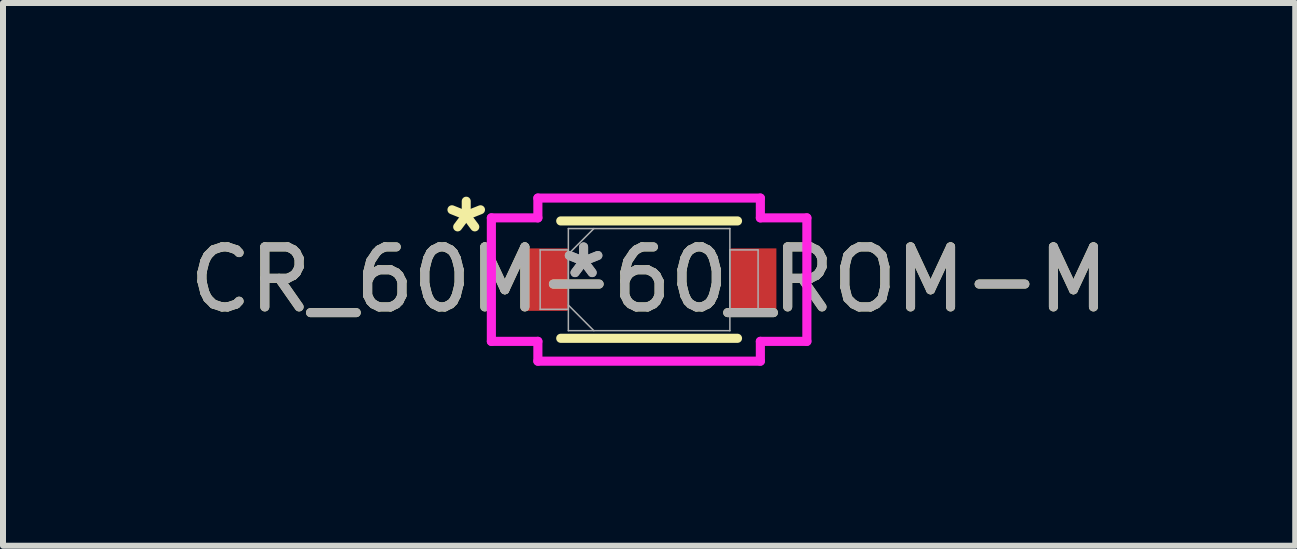
<source format=kicad_pcb>
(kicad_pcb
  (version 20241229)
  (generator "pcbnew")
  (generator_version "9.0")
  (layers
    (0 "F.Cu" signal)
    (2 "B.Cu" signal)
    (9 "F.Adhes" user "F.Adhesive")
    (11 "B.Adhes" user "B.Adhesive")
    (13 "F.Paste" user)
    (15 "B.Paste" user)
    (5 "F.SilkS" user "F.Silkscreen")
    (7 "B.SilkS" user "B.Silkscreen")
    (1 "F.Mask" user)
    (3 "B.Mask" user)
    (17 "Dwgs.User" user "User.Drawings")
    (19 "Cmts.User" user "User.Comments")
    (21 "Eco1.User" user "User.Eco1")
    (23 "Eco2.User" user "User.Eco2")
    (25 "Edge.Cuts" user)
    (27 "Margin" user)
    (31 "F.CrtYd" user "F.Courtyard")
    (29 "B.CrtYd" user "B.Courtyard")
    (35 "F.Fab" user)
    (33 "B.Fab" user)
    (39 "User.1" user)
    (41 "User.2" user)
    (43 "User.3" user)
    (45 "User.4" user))
  (footprint "CR_60M-60_ROM-M"
    (layer "F.Cu")
    (at 7.768 1.61)
    (property "Reference" "CR_60M-60_ROM-M" (at 0 0 0) (unlocked yes) (layer "F.SilkS") (effects (font (size 1 1) (thickness 0.15))))
    (attr smd)
    (fp_line (start -1.473 0.978) (end 1.473 0.978) (stroke (width 0.152) (type solid)) (layer "F.SilkS"))
    (fp_line (start 1.473 -0.978) (end -1.473 -0.978) (stroke (width 0.152) (type solid)) (layer "F.SilkS"))
    (fp_line (start -2.629 -1.029) (end -1.854 -1.029) (stroke (width 0.152) (type solid)) (layer "F.CrtYd"))
    (fp_line (start -2.629 1.029) (end -2.629 -1.029) (stroke (width 0.152) (type solid)) (layer "F.CrtYd"))
    (fp_line (start -1.854 -1.359) (end 1.854 -1.359) (stroke (width 0.152) (type solid)) (layer "F.CrtYd"))
    (fp_line (start -1.854 -1.029) (end -1.854 -1.359) (stroke (width 0.152) (type solid)) (layer "F.CrtYd"))
    (fp_line (start -1.854 1.029) (end -2.629 1.029) (stroke (width 0.152) (type solid)) (layer "F.CrtYd"))
    (fp_line (start -1.854 1.359) (end -1.854 1.029) (stroke (width 0.152) (type solid)) (layer "F.CrtYd"))
    (fp_line (start 1.854 -1.359) (end 1.854 -1.029) (stroke (width 0.152) (type solid)) (layer "F.CrtYd"))
    (fp_line (start 1.854 -1.029) (end 2.629 -1.029) (stroke (width 0.152) (type solid)) (layer "F.CrtYd"))
    (fp_line (start 1.854 1.029) (end 1.854 1.359) (stroke (width 0.152) (type solid)) (layer "F.CrtYd"))
    (fp_line (start 1.854 1.359) (end -1.854 1.359) (stroke (width 0.152) (type solid)) (layer "F.CrtYd"))
    (fp_line (start 2.629 -1.029) (end 2.629 1.029) (stroke (width 0.152) (type solid)) (layer "F.CrtYd"))
    (fp_line (start 2.629 1.029) (end 1.854 1.029) (stroke (width 0.152) (type solid)) (layer "F.CrtYd"))
    (fp_line (start -1.816 -0.495) (end -1.816 0.495) (stroke (width 0.025) (type solid)) (layer "F.Fab"))
    (fp_line (start -1.816 0.495) (end -1.346 0.495) (stroke (width 0.025) (type solid)) (layer "F.Fab"))
    (fp_line (start -1.346 -0.851) (end -1.346 0.851) (stroke (width 0.025) (type solid)) (layer "F.Fab"))
    (fp_line (start -1.346 -0.495) (end -1.816 -0.495) (stroke (width 0.025) (type solid)) (layer "F.Fab"))
    (fp_line (start -1.346 -0.425) (end -0.921 -0.851) (stroke (width 0.025) (type solid)) (layer "F.Fab"))
    (fp_line (start -1.346 0.425) (end -0.921 0.851) (stroke (width 0.025) (type solid)) (layer "F.Fab"))
    (fp_line (start -1.346 0.495) (end -1.346 -0.495) (stroke (width 0.025) (type solid)) (layer "F.Fab"))
    (fp_line (start -1.346 0.851) (end 1.346 0.851) (stroke (width 0.025) (type solid)) (layer "F.Fab"))
    (fp_line (start 1.346 -0.851) (end -1.346 -0.851) (stroke (width 0.025) (type solid)) (layer "F.Fab"))
    (fp_line (start 1.346 -0.495) (end 1.346 0.495) (stroke (width 0.025) (type solid)) (layer "F.Fab"))
    (fp_line (start 1.346 0.495) (end 1.816 0.495) (stroke (width 0.025) (type solid)) (layer "F.Fab"))
    (fp_line (start 1.346 0.851) (end 1.346 -0.851) (stroke (width 0.025) (type solid)) (layer "F.Fab"))
    (fp_line (start 1.816 -0.495) (end 1.346 -0.495) (stroke (width 0.025) (type solid)) (layer "F.Fab"))
    (fp_line (start 1.816 0.495) (end 1.816 -0.495) (stroke (width 0.025) (type solid)) (layer "F.Fab"))
    (fp_text user "*" (at -3.048 -0.762 0) (unlocked yes) (layer "F.SilkS") (effects (font (size 1 1) (thickness 0.15))))
    (fp_text user "*" (at -1.092 0 0) (unlocked yes) (layer "F.Fab") (effects (font (size 1 1) (thickness 0.15))))
    (fp_text user "${REFERENCE}" (at 0 0 0) (unlocked yes) (layer "F.Fab") (effects (font (size 1 1) (thickness 0.15))))
    (fp_text user "*" (at -1.092 0 0) (layer "F.Fab") (effects (font (size 1 1) (thickness 0.15))))
    (pad "1" smd rect (at -1.74 0) (size 0.762 1.041) (layers "F.Cu" "F.Mask" "F.Paste"))
    (pad "2" smd rect (at 1.74 0) (size 0.762 1.041) (layers "F.Cu" "F.Mask" "F.Paste"))
    (zone (net_name "") (layer "F.Cu") (hatch full 0.508) (connect_pads) (min_thickness 0.254) (filled_areas_thickness no) (keepout (tracks not_allowed) (vias not_allowed) (pads allowed) (copperpour not_allowed) (footprints allowed)) (placement (enabled no)) (fill) (polygon (pts (xy 6.46 0.81) (xy 9.076 0.81) (xy 9.076 2.41) (xy 6.46 2.41)))))
  (gr_rect
    (start -3 -3)
    (end 18.536 6.045)
    (stroke (width 0.1) (type default))
    (fill no)
    (layer "Edge.Cuts")))
</source>
